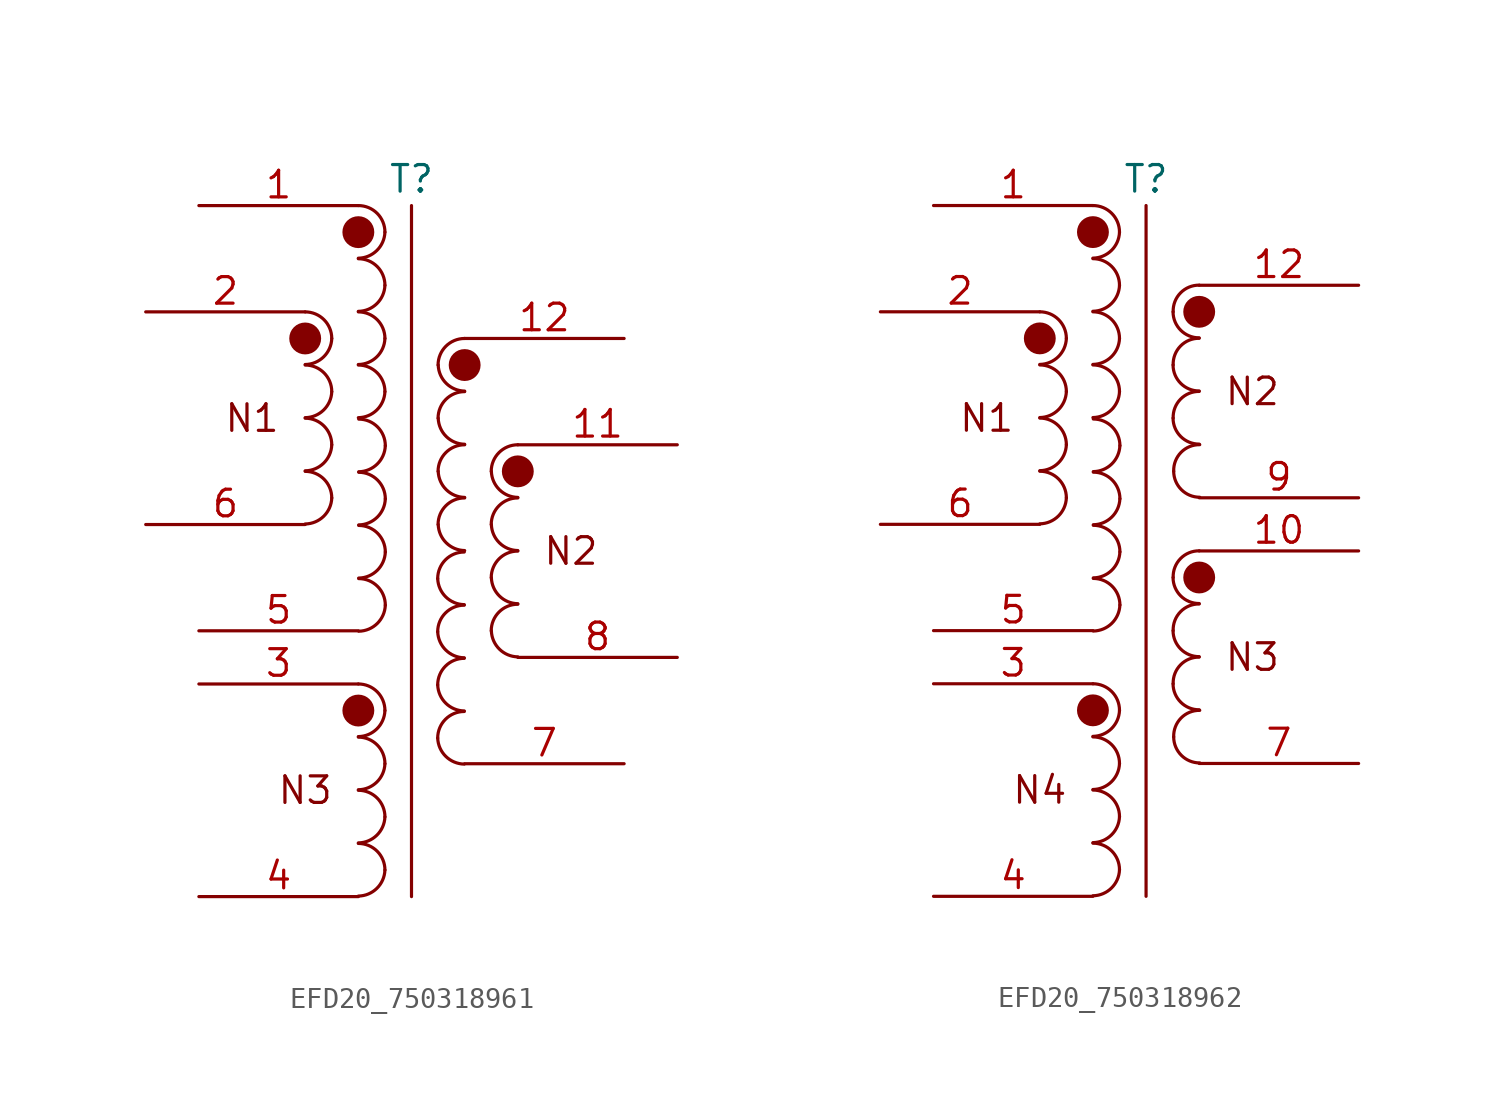
<source format=kicad_sym>
(kicad_symbol_lib
  (version 20220914)
  (generator kicad_symbol_editor)
  (symbol "EFD20_750318961"
    (pin_names hide)
    (property "Reference" "T"
      (at 0 17.78 0)
      (effects (font (size 1.27 1.27))))
    (property "Critical Parameter" ""
      (at 0 -5.08 0)
      (effects (font (size 1.27 1.27)) (justify left)))
    (symbol "EFD20_750318961_0_1"
      (arc (start -5.08 1.2954) (mid -4.1961 1.6637) (end -3.81 2.54) (stroke (width 0) (type default)) (fill (type none)))
      (arc (start -5.08 3.8354) (mid -4.1961 4.2037) (end -3.81 5.08) (stroke (width 0) (type default)) (fill (type none)))
      (arc (start -5.08 6.3754) (mid -4.1961 6.7437) (end -3.81 7.62) (stroke (width 0) (type default)) (fill (type none)))
      (arc (start -5.08 8.9154) (mid -4.1961 9.2837) (end -3.81 10.16) (stroke (width 0) (type default)) (fill (type none)))
      (arc (start -3.81 2.54) (mid -4.182 3.438) (end -5.08 3.81) (stroke (width 0) (type default)) (fill (type none)))
      (arc (start -3.81 5.08) (mid -4.182 5.978) (end -5.08 6.35) (stroke (width 0) (type default)) (fill (type none)))
      (arc (start -3.81 7.62) (mid -4.182 8.518) (end -5.08 8.89) (stroke (width 0) (type default)) (fill (type none)))
      (arc (start -3.81 10.16) (mid -4.182 11.058) (end -5.08 11.43) (stroke (width 0) (type default)) (fill (type none)))
      (arc (start -2.54 -16.4846) (mid -1.6561 -16.1163) (end -1.27 -15.24) (stroke (width 0) (type default)) (fill (type none)))
      (arc (start -2.54 -13.9446) (mid -1.6561 -13.5763) (end -1.27 -12.7) (stroke (width 0) (type default)) (fill (type none)))
      (arc (start -2.54 -11.4046) (mid -1.6561 -11.0363) (end -1.27 -10.16) (stroke (width 0) (type default)) (fill (type none)))
      (arc (start -2.54 -8.8646) (mid -1.6561 -8.4963) (end -1.27 -7.62) (stroke (width 0) (type default)) (fill (type none)))
      (arc (start -2.54 6.3754) (mid -1.6561 6.7437) (end -1.27 7.62) (stroke (width 0) (type default)) (fill (type none)))
      (arc (start -2.54 8.9154) (mid -1.6561 9.2837) (end -1.27 10.16) (stroke (width 0) (type default)) (fill (type none)))
      (arc (start -2.54 11.4554) (mid -1.6561 11.8237) (end -1.27 12.7) (stroke (width 0) (type default)) (fill (type none)))
      (arc (start -2.54 13.9954) (mid -1.6561 14.3637) (end -1.27 15.24) (stroke (width 0) (type default)) (fill (type none)))
      (arc (start -2.5215 -3.8291) (mid -1.6376 -3.4608) (end -1.2515 -2.5845) (stroke (width 0) (type default)) (fill (type none)))
      (arc (start -2.5215 -1.2891) (mid -1.6376 -0.9208) (end -1.2515 -0.0445) (stroke (width 0) (type default)) (fill (type none)))
      (arc (start -2.5215 1.2509) (mid -1.6376 1.6192) (end -1.2515 2.4955) (stroke (width 0) (type default)) (fill (type none)))
      (arc (start -2.5215 3.7909) (mid -1.6376 4.1592) (end -1.2515 5.0355) (stroke (width 0) (type default)) (fill (type none)))
      (arc (start -1.27 -15.24) (mid -1.642 -14.342) (end -2.54 -13.97) (stroke (width 0) (type default)) (fill (type none)))
      (arc (start -1.27 -12.7) (mid -1.642 -11.802) (end -2.54 -11.43) (stroke (width 0) (type default)) (fill (type none)))
      (arc (start -1.27 -10.16) (mid -1.642 -9.262) (end -2.54 -8.89) (stroke (width 0) (type default)) (fill (type none)))
      (arc (start -1.27 -7.62) (mid -1.642 -6.722) (end -2.54 -6.35) (stroke (width 0) (type default)) (fill (type none)))
      (arc (start -1.27 7.62) (mid -1.642 8.518) (end -2.54 8.89) (stroke (width 0) (type default)) (fill (type none)))
      (arc (start -1.27 10.16) (mid -1.642 11.058) (end -2.54 11.43) (stroke (width 0) (type default)) (fill (type none)))
      (arc (start -1.27 12.7) (mid -1.642 13.598) (end -2.54 13.97) (stroke (width 0) (type default)) (fill (type none)))
      (arc (start -1.27 15.24) (mid -1.642 16.138) (end -2.54 16.51) (stroke (width 0) (type default)) (fill (type none)))
      (arc (start -1.2515 -2.5845) (mid -1.6235 -1.6865) (end -2.5215 -1.3145) (stroke (width 0) (type default)) (fill (type none)))
      (arc (start -1.2515 -0.0445) (mid -1.6235 0.8535) (end -2.5215 1.2255) (stroke (width 0) (type default)) (fill (type none)))
      (arc (start -1.2515 2.4955) (mid -1.6235 3.3935) (end -2.5215 3.7655) (stroke (width 0) (type default)) (fill (type none)))
      (arc (start -1.2515 5.0355) (mid -1.6235 5.9335) (end -2.5215 6.3055) (stroke (width 0) (type default)) (fill (type none)))
      (polyline (pts (xy 0 16.51) (xy 0 -16.51)) (stroke (width 0) (type default)) (fill (type none)))
      (arc (start 1.2515 -8.9345) (mid 1.6376 -9.8108) (end 2.5215 -10.1791) (stroke (width 0) (type default)) (fill (type none)))
      (arc (start 1.2515 -6.3945) (mid 1.6376 -7.2708) (end 2.5215 -7.6391) (stroke (width 0) (type default)) (fill (type none)))
      (arc (start 1.2515 -3.8545) (mid 1.6376 -4.7308) (end 2.5215 -5.0991) (stroke (width 0) (type default)) (fill (type none)))
      (arc (start 1.2515 -1.3145) (mid 1.6376 -2.1908) (end 2.5215 -2.5591) (stroke (width 0) (type default)) (fill (type none)))
      (arc (start 1.27 1.27) (mid 1.6561 0.3937) (end 2.54 0.0254) (stroke (width 0) (type default)) (fill (type none)))
      (arc (start 1.27 3.81) (mid 1.6561 2.9337) (end 2.54 2.5654) (stroke (width 0) (type default)) (fill (type none)))
      (arc (start 1.27 6.35) (mid 1.6561 5.4737) (end 2.54 5.1054) (stroke (width 0) (type default)) (fill (type none)))
      (arc (start 1.27 8.89) (mid 1.6561 8.0137) (end 2.54 7.6454) (stroke (width 0) (type default)) (fill (type none)))
      (arc (start 2.5215 -7.6645) (mid 1.6235 -8.0365) (end 1.2515 -8.9345) (stroke (width 0) (type default)) (fill (type none)))
      (arc (start 2.5215 -5.1245) (mid 1.6235 -5.4965) (end 1.2515 -6.3945) (stroke (width 0) (type default)) (fill (type none)))
      (arc (start 2.5215 -2.5845) (mid 1.6235 -2.9565) (end 1.2515 -3.8545) (stroke (width 0) (type default)) (fill (type none)))
      (arc (start 2.5215 -0.0445) (mid 1.6235 -0.4165) (end 1.2515 -1.3145) (stroke (width 0) (type default)) (fill (type none)))
      (arc (start 2.54 2.54) (mid 1.642 2.168) (end 1.27 1.27) (stroke (width 0) (type default)) (fill (type none)))
      (arc (start 2.54 5.08) (mid 1.642 4.708) (end 1.27 3.81) (stroke (width 0) (type default)) (fill (type none)))
      (arc (start 2.54 7.62) (mid 1.642 7.248) (end 1.27 6.35) (stroke (width 0) (type default)) (fill (type none)))
      (arc (start 2.54 10.16) (mid 1.642 9.788) (end 1.27 8.89) (stroke (width 0) (type default)) (fill (type none)))
      (arc (start 3.81 -3.81) (mid 4.1961 -4.6863) (end 5.08 -5.0546) (stroke (width 0) (type default)) (fill (type none)))
      (arc (start 3.81 -1.27) (mid 4.1961 -2.1463) (end 5.08 -2.5146) (stroke (width 0) (type default)) (fill (type none)))
      (arc (start 3.81 1.27) (mid 4.1961 0.3937) (end 5.08 0.0254) (stroke (width 0) (type default)) (fill (type none)))
      (arc (start 3.81 3.81) (mid 4.1961 2.9337) (end 5.08 2.5654) (stroke (width 0) (type default)) (fill (type none)))
      (arc (start 5.08 -2.54) (mid 4.182 -2.912) (end 3.81 -3.81) (stroke (width 0) (type default)) (fill (type none)))
      (arc (start 5.08 0) (mid 4.182 -0.372) (end 3.81 -1.27) (stroke (width 0) (type default)) (fill (type none)))
      (arc (start 5.08 2.54) (mid 4.182 2.168) (end 3.81 1.27) (stroke (width 0) (type default)) (fill (type none)))
      (arc (start 5.08 5.08) (mid 4.182 4.708) (end 3.81 3.81) (stroke (width 0) (type default)) (fill (type none))))
    (symbol "EFD20_750318961_1_1"
      (circle (center -5.08 10.16) (radius 0.0001) (stroke (width 0.762) (type default)) (fill (type none)))
      (circle (center -2.54 -7.62) (radius 0.0001) (stroke (width 0.762) (type default)) (fill (type none)))
      (circle (center -2.54 15.24) (radius 0.0001) (stroke (width 0.762) (type default)) (fill (type none)))
      (circle (center 2.54 8.89) (radius 0.0001) (stroke (width 0.762) (type default)) (fill (type none)))
      (circle (center 5.08 3.81) (radius 0.0001) (stroke (width 0.762) (type default)) (fill (type none)))
      (text "N1" (at -7.62 6.35 0) (effects (font (size 1.27 1.27))))
      (text "N2" (at 7.62 0 0) (effects (font (size 1.27 1.27))))
      (text "N3" (at -5.08 -11.43 0) (effects (font (size 1.27 1.27))))
      (pin passive line (at -10.16 16.51 0) (length 7.62) (name "1" (effects (font (size 1.27 1.27)))) (number "1" (effects (font (size 1.27 1.27)))))
      (pin passive line (at 12.7 5.08 180) (length 7.62) (name "11" (effects (font (size 1.27 1.27)))) (number "11" (effects (font (size 1.27 1.27)))))
      (pin passive line (at 10.16 10.16 180) (length 7.62) (name "12" (effects (font (size 1.27 1.27)))) (number "12" (effects (font (size 1.27 1.27)))))
      (pin passive line (at -12.7 11.43 0) (length 7.62) (name "2" (effects (font (size 1.27 1.27)))) (number "2" (effects (font (size 1.27 1.27)))))
      (pin passive line (at -10.16 -6.35 0) (length 7.62) (name "3" (effects (font (size 1.27 1.27)))) (number "3" (effects (font (size 1.27 1.27)))))
      (pin passive line (at -10.16 -16.51 0) (length 7.62) (name "4" (effects (font (size 1.27 1.27)))) (number "4" (effects (font (size 1.27 1.27)))))
      (pin passive line (at -10.16 -3.81 0) (length 7.62) (name "5" (effects (font (size 1.27 1.27)))) (number "5" (effects (font (size 1.27 1.27)))))
      (pin passive line (at -12.7 1.27 0) (length 7.62) (name "6" (effects (font (size 1.27 1.27)))) (number "6" (effects (font (size 1.27 1.27)))))
      (pin passive line (at 10.16 -10.16 180) (length 7.62) (name "7" (effects (font (size 1.27 1.27)))) (number "7" (effects (font (size 1.27 1.27)))))
      (pin passive line (at 12.7 -5.08 180) (length 7.62) (name "8" (effects (font (size 1.27 1.27)))) (number "8" (effects (font (size 1.27 1.27)))))))
  (symbol "EFD20_750318962"
    (pin_names hide)
    (property "Reference" "T"
      (at 0 16.51 0)
      (effects (font (size 1.27 1.27))))
    (property "Critical Parameter" ""
      (at 0 -5.08 0)
      (effects (font (size 1.27 1.27)) (justify left)))
    (symbol "EFD20_750318962_0_1"
      (arc (start -5.08 0.0254) (mid -4.1961 0.3937) (end -3.81 1.27) (stroke (width 0) (type default)) (fill (type none)))
      (arc (start -5.08 2.5654) (mid -4.1961 2.9337) (end -3.81 3.81) (stroke (width 0) (type default)) (fill (type none)))
      (arc (start -5.08 5.1054) (mid -4.1961 5.4737) (end -3.81 6.35) (stroke (width 0) (type default)) (fill (type none)))
      (arc (start -5.08 7.6454) (mid -4.1961 8.0137) (end -3.81 8.89) (stroke (width 0) (type default)) (fill (type none)))
      (arc (start -3.81 1.27) (mid -4.182 2.168) (end -5.08 2.54) (stroke (width 0) (type default)) (fill (type none)))
      (arc (start -3.81 3.81) (mid -4.182 4.708) (end -5.08 5.08) (stroke (width 0) (type default)) (fill (type none)))
      (arc (start -3.81 6.35) (mid -4.182 7.248) (end -5.08 7.62) (stroke (width 0) (type default)) (fill (type none)))
      (arc (start -3.81 8.89) (mid -4.182 9.788) (end -5.08 10.16) (stroke (width 0) (type default)) (fill (type none)))
      (arc (start -2.54 -17.7546) (mid -1.6561 -17.3863) (end -1.27 -16.51) (stroke (width 0) (type default)) (fill (type none)))
      (arc (start -2.54 -15.2146) (mid -1.6561 -14.8463) (end -1.27 -13.97) (stroke (width 0) (type default)) (fill (type none)))
      (arc (start -2.54 -12.6746) (mid -1.6561 -12.3063) (end -1.27 -11.43) (stroke (width 0) (type default)) (fill (type none)))
      (arc (start -2.54 -10.1346) (mid -1.6561 -9.7663) (end -1.27 -8.89) (stroke (width 0) (type default)) (fill (type none)))
      (arc (start -2.54 5.1054) (mid -1.6561 5.4737) (end -1.27 6.35) (stroke (width 0) (type default)) (fill (type none)))
      (arc (start -2.54 7.6454) (mid -1.6561 8.0137) (end -1.27 8.89) (stroke (width 0) (type default)) (fill (type none)))
      (arc (start -2.54 10.1854) (mid -1.6561 10.5537) (end -1.27 11.43) (stroke (width 0) (type default)) (fill (type none)))
      (arc (start -2.54 12.7254) (mid -1.6561 13.0937) (end -1.27 13.97) (stroke (width 0) (type default)) (fill (type none)))
      (arc (start -2.5215 -5.0991) (mid -1.6376 -4.7308) (end -1.2515 -3.8545) (stroke (width 0) (type default)) (fill (type none)))
      (arc (start -2.5215 -2.5591) (mid -1.6376 -2.1908) (end -1.2515 -1.3145) (stroke (width 0) (type default)) (fill (type none)))
      (arc (start -2.5215 -0.0191) (mid -1.6376 0.3492) (end -1.2515 1.2255) (stroke (width 0) (type default)) (fill (type none)))
      (arc (start -2.5215 2.5209) (mid -1.6376 2.8892) (end -1.2515 3.7655) (stroke (width 0) (type default)) (fill (type none)))
      (arc (start -1.27 -16.51) (mid -1.642 -15.612) (end -2.54 -15.24) (stroke (width 0) (type default)) (fill (type none)))
      (arc (start -1.27 -13.97) (mid -1.642 -13.072) (end -2.54 -12.7) (stroke (width 0) (type default)) (fill (type none)))
      (arc (start -1.27 -11.43) (mid -1.642 -10.532) (end -2.54 -10.16) (stroke (width 0) (type default)) (fill (type none)))
      (arc (start -1.27 -8.89) (mid -1.642 -7.992) (end -2.54 -7.62) (stroke (width 0) (type default)) (fill (type none)))
      (arc (start -1.27 6.35) (mid -1.642 7.248) (end -2.54 7.62) (stroke (width 0) (type default)) (fill (type none)))
      (arc (start -1.27 8.89) (mid -1.642 9.788) (end -2.54 10.16) (stroke (width 0) (type default)) (fill (type none)))
      (arc (start -1.27 11.43) (mid -1.642 12.328) (end -2.54 12.7) (stroke (width 0) (type default)) (fill (type none)))
      (arc (start -1.27 13.97) (mid -1.642 14.868) (end -2.54 15.24) (stroke (width 0) (type default)) (fill (type none)))
      (arc (start -1.2515 -3.8545) (mid -1.6235 -2.9565) (end -2.5215 -2.5845) (stroke (width 0) (type default)) (fill (type none)))
      (arc (start -1.2515 -1.3145) (mid -1.6235 -0.4165) (end -2.5215 -0.0445) (stroke (width 0) (type default)) (fill (type none)))
      (arc (start -1.2515 1.2255) (mid -1.6235 2.1235) (end -2.5215 2.4955) (stroke (width 0) (type default)) (fill (type none)))
      (arc (start -1.2515 3.7655) (mid -1.6235 4.6635) (end -2.5215 5.0355) (stroke (width 0) (type default)) (fill (type none)))
      (polyline (pts (xy 0 15.24) (xy 0 -17.78)) (stroke (width 0) (type default)) (fill (type none)))
      (arc (start 1.2954 -7.62) (mid 1.66 -8.4999) (end 2.54 -8.8646) (stroke (width 0) (type default)) (fill (type none)))
      (arc (start 1.2954 -5.08) (mid 1.66 -5.9599) (end 2.54 -6.3246) (stroke (width 0) (type default)) (fill (type none)))
      (arc (start 1.2954 -2.54) (mid 1.66 -3.4199) (end 2.54 -3.7846) (stroke (width 0) (type default)) (fill (type none)))
      (arc (start 1.2954 5.08) (mid 1.66 4.2001) (end 2.54 3.8354) (stroke (width 0) (type default)) (fill (type none)))
      (arc (start 1.2954 7.62) (mid 1.66 6.7401) (end 2.54 6.3754) (stroke (width 0) (type default)) (fill (type none)))
      (arc (start 1.2954 10.16) (mid 1.66 9.2801) (end 2.54 8.9154) (stroke (width 0) (type default)) (fill (type none)))
      (arc (start 1.3208 -10.16) (mid 1.6855 -11.0399) (end 2.5654 -11.4046) (stroke (width 0) (type default)) (fill (type none)))
      (arc (start 1.3208 2.54) (mid 1.6855 1.6601) (end 2.5654 1.2954) (stroke (width 0) (type default)) (fill (type none)))
      (arc (start 2.54 -6.35) (mid 1.6461 -6.7186) (end 1.2954 -7.62) (stroke (width 0) (type default)) (fill (type none)))
      (arc (start 2.54 -3.81) (mid 1.6461 -4.1786) (end 1.2954 -5.08) (stroke (width 0) (type default)) (fill (type none)))
      (arc (start 2.54 -1.27) (mid 1.6461 -1.6386) (end 1.2954 -2.54) (stroke (width 0) (type default)) (fill (type none)))
      (arc (start 2.54 6.35) (mid 1.6461 5.9814) (end 1.2954 5.08) (stroke (width 0) (type default)) (fill (type none)))
      (arc (start 2.54 8.89) (mid 1.6461 8.5214) (end 1.2954 7.62) (stroke (width 0) (type default)) (fill (type none)))
      (arc (start 2.54 11.43) (mid 1.6461 11.0614) (end 1.2954 10.16) (stroke (width 0) (type default)) (fill (type none)))
      (arc (start 2.5654 -8.89) (mid 1.6705 -9.2581) (end 1.3208 -10.16) (stroke (width 0) (type default)) (fill (type none)))
      (arc (start 2.5654 3.81) (mid 1.6705 3.4419) (end 1.3208 2.54) (stroke (width 0) (type default)) (fill (type none))))
    (symbol "EFD20_750318962_1_1"
      (circle (center -5.08 8.89) (radius 0.0001) (stroke (width 0.762) (type default)) (fill (type none)))
      (circle (center -2.54 -8.89) (radius 0.0001) (stroke (width 0.762) (type default)) (fill (type none)))
      (circle (center -2.54 13.97) (radius 0.0001) (stroke (width 0.762) (type default)) (fill (type none)))
      (circle (center 2.54 -2.54) (radius 0.0001) (stroke (width 0.762) (type default)) (fill (type none)))
      (circle (center 2.54 10.16) (radius 0.0001) (stroke (width 0.762) (type default)) (fill (type none)))
      (text "N1" (at -7.62 5.08 0) (effects (font (size 1.27 1.27))))
      (text "N2" (at 5.08 6.35 0) (effects (font (size 1.27 1.27))))
      (text "N3" (at 5.08 -6.35 0) (effects (font (size 1.27 1.27))))
      (text "N4" (at -5.08 -12.7 0) (effects (font (size 1.27 1.27))))
      (pin passive line (at -10.16 15.24 0) (length 7.62) (name "1" (effects (font (size 1.27 1.27)))) (number "1" (effects (font (size 1.27 1.27)))))
      (pin passive line (at 10.16 -1.27 180) (length 7.62) (name "10" (effects (font (size 1.27 1.27)))) (number "10" (effects (font (size 1.27 1.27)))))
      (pin passive line (at 10.16 11.43 180) (length 7.62) (name "12" (effects (font (size 1.27 1.27)))) (number "12" (effects (font (size 1.27 1.27)))))
      (pin passive line (at -12.7 10.16 0) (length 7.62) (name "2" (effects (font (size 1.27 1.27)))) (number "2" (effects (font (size 1.27 1.27)))))
      (pin passive line (at -10.16 -7.62 0) (length 7.62) (name "3" (effects (font (size 1.27 1.27)))) (number "3" (effects (font (size 1.27 1.27)))))
      (pin passive line (at -10.16 -17.78 0) (length 7.62) (name "4" (effects (font (size 1.27 1.27)))) (number "4" (effects (font (size 1.27 1.27)))))
      (pin passive line (at -10.16 -5.08 0) (length 7.62) (name "5" (effects (font (size 1.27 1.27)))) (number "5" (effects (font (size 1.27 1.27)))))
      (pin passive line (at -12.7 0 0) (length 7.62) (name "6" (effects (font (size 1.27 1.27)))) (number "6" (effects (font (size 1.27 1.27)))))
      (pin passive line (at 10.16 -11.43 180) (length 7.62) (name "7" (effects (font (size 1.27 1.27)))) (number "7" (effects (font (size 1.27 1.27)))))
      (pin passive line (at 10.16 1.27 180) (length 7.62) (name "9" (effects (font (size 1.27 1.27)))) (number "9" (effects (font (size 1.27 1.27))))))))
</source>
